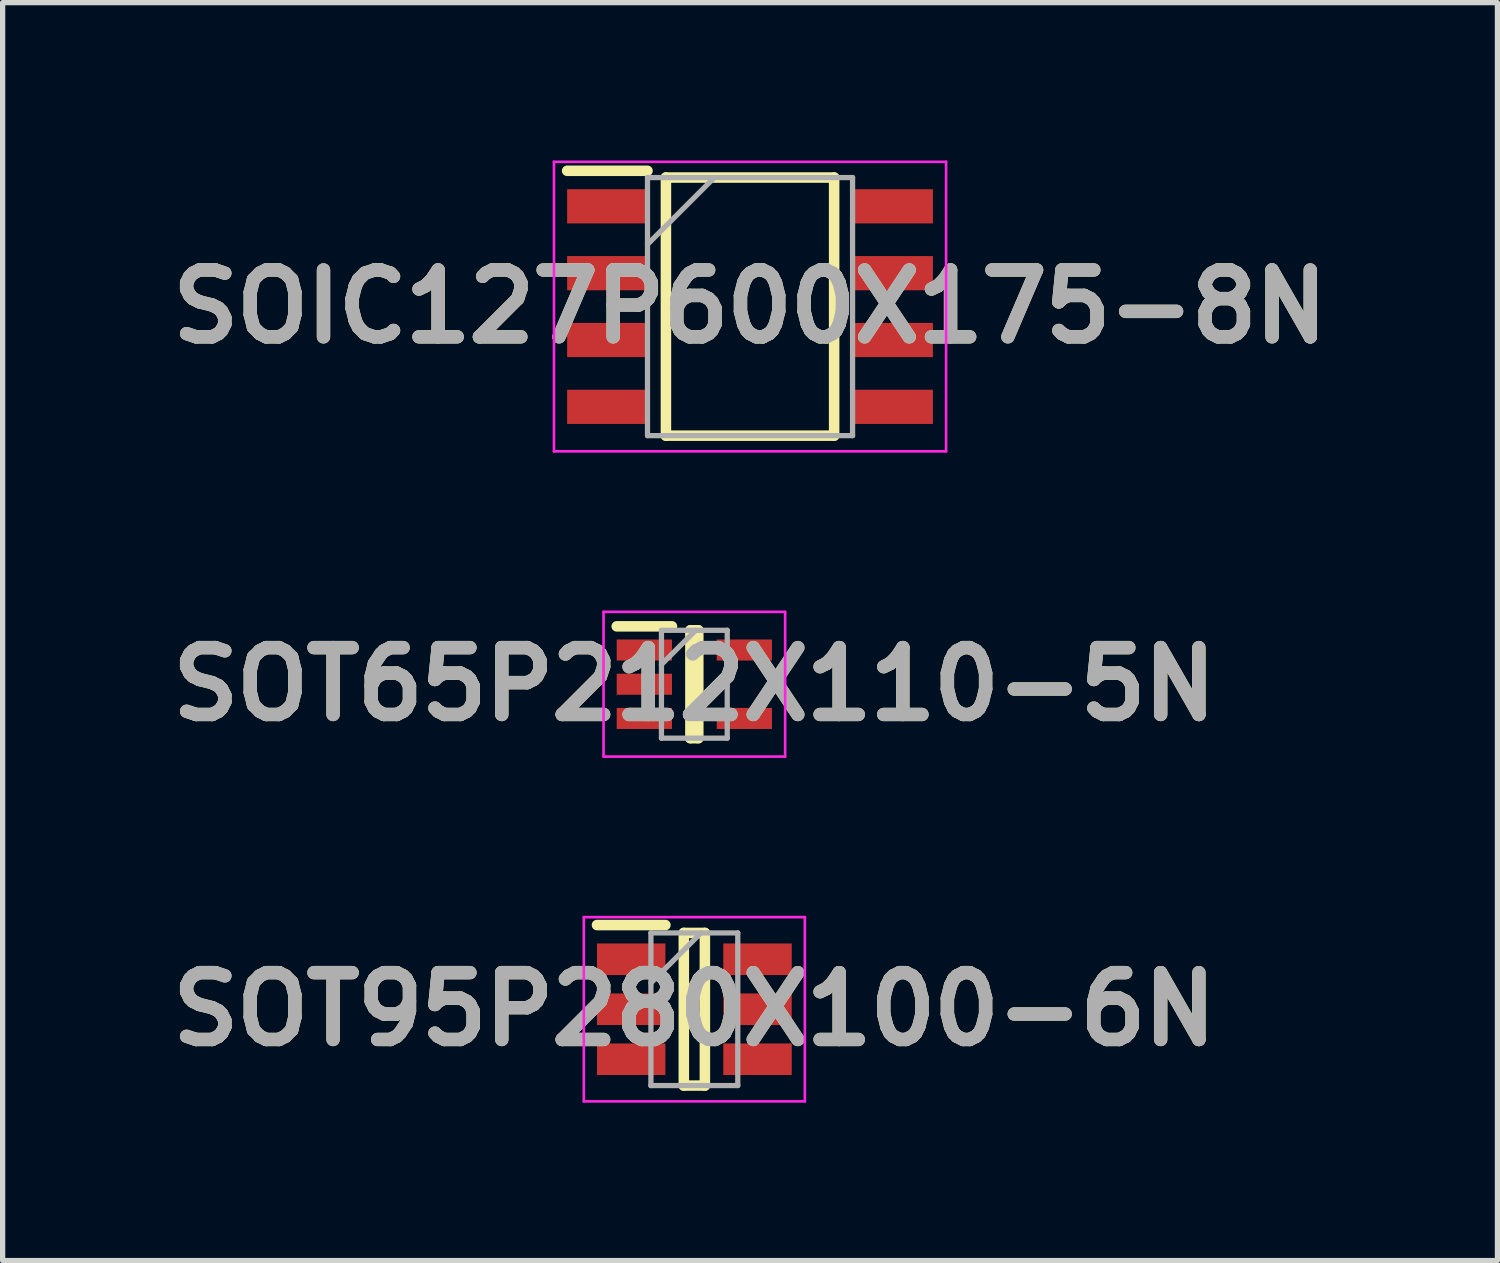
<source format=kicad_pcb>
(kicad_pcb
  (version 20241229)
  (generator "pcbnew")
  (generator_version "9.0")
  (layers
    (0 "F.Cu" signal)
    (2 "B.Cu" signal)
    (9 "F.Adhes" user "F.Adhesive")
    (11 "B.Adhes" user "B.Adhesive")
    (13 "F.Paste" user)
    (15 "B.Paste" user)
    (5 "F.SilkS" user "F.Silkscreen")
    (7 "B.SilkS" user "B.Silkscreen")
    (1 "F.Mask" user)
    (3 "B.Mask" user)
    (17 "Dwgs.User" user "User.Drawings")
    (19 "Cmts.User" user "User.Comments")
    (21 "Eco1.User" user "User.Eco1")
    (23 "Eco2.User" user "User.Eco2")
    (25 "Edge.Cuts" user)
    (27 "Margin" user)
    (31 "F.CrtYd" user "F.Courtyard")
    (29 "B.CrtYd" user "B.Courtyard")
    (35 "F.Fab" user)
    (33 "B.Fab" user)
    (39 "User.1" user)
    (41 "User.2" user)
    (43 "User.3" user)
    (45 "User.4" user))
  (footprint "SOT65P212X110-5N"
    (layer "F.Cu")
    (at 10.142 9.95)
    (property "Reference" "SOT65P212X110-5N" (at 0 0 0) (layer "F.SilkS") (effects (font (size 1.27 1.27) (thickness 0.254))))
    (attr smd)
    (fp_line (start -1.475 -1.1) (end -0.425 -1.1) (stroke (width 0.2) (type solid)) (layer "F.SilkS"))
    (fp_line (start -0.075 -1.025) (end 0.075 -1.025) (stroke (width 0.2) (type solid)) (layer "F.SilkS"))
    (fp_line (start -0.075 1.025) (end -0.075 -1.025) (stroke (width 0.2) (type solid)) (layer "F.SilkS"))
    (fp_line (start 0.075 -1.025) (end 0.075 1.025) (stroke (width 0.2) (type solid)) (layer "F.SilkS"))
    (fp_line (start 0.075 1.025) (end -0.075 1.025) (stroke (width 0.2) (type solid)) (layer "F.SilkS"))
    (fp_line (start -1.725 -1.375) (end 1.725 -1.375) (stroke (width 0.05) (type solid)) (layer "F.CrtYd"))
    (fp_line (start -1.725 1.375) (end -1.725 -1.375) (stroke (width 0.05) (type solid)) (layer "F.CrtYd"))
    (fp_line (start 1.725 -1.375) (end 1.725 1.375) (stroke (width 0.05) (type solid)) (layer "F.CrtYd"))
    (fp_line (start 1.725 1.375) (end -1.725 1.375) (stroke (width 0.05) (type solid)) (layer "F.CrtYd"))
    (fp_line (start -0.625 -1.025) (end 0.625 -1.025) (stroke (width 0.1) (type solid)) (layer "F.Fab"))
    (fp_line (start -0.625 -0.375) (end 0.025 -1.025) (stroke (width 0.1) (type solid)) (layer "F.Fab"))
    (fp_line (start -0.625 1.025) (end -0.625 -1.025) (stroke (width 0.1) (type solid)) (layer "F.Fab"))
    (fp_line (start 0.625 -1.025) (end 0.625 1.025) (stroke (width 0.1) (type solid)) (layer "F.Fab"))
    (fp_line (start 0.625 1.025) (end -0.625 1.025) (stroke (width 0.1) (type solid)) (layer "F.Fab"))
    (fp_text user "${REFERENCE}" (at 0 0 0) (layer "F.Fab") (effects (font (size 1.27 1.27) (thickness 0.254))))
    (pad "1" smd rect (at -0.95 -0.65 90) (size 0.4 1.05) (layers "F.Cu" "F.Mask" "F.Paste"))
    (pad "2" smd rect (at -0.95 0 90) (size 0.4 1.05) (layers "F.Cu" "F.Mask" "F.Paste"))
    (pad "3" smd rect (at -0.95 0.65 90) (size 0.4 1.05) (layers "F.Cu" "F.Mask" "F.Paste"))
    (pad "4" smd rect (at 0.95 0.65 90) (size 0.4 1.05) (layers "F.Cu" "F.Mask" "F.Paste"))
    (pad "5" smd rect (at 0.95 -0.65 90) (size 0.4 1.05) (layers "F.Cu" "F.Mask" "F.Paste")))
  (footprint "SOIC127P600X175-8N"
    (layer "F.Cu")
    (at 11.2 2.775)
    (property "Reference" "SOIC127P600X175-8N" (at 0 0 0) (layer "F.SilkS") (effects (font (size 1.27 1.27) (thickness 0.254))))
    (attr smd)
    (fp_line (start -3.475 -2.58) (end -1.948 -2.58) (stroke (width 0.2) (type solid)) (layer "F.SilkS"))
    (fp_line (start -1.598 -2.452) (end 1.598 -2.452) (stroke (width 0.2) (type solid)) (layer "F.SilkS"))
    (fp_line (start -1.598 2.452) (end -1.598 -2.452) (stroke (width 0.2) (type solid)) (layer "F.SilkS"))
    (fp_line (start 1.598 -2.452) (end 1.598 2.452) (stroke (width 0.2) (type solid)) (layer "F.SilkS"))
    (fp_line (start 1.598 2.452) (end -1.598 2.452) (stroke (width 0.2) (type solid)) (layer "F.SilkS"))
    (fp_line (start -3.725 -2.75) (end 3.725 -2.75) (stroke (width 0.05) (type solid)) (layer "F.CrtYd"))
    (fp_line (start -3.725 2.75) (end -3.725 -2.75) (stroke (width 0.05) (type solid)) (layer "F.CrtYd"))
    (fp_line (start 3.725 -2.75) (end 3.725 2.75) (stroke (width 0.05) (type solid)) (layer "F.CrtYd"))
    (fp_line (start 3.725 2.75) (end -3.725 2.75) (stroke (width 0.05) (type solid)) (layer "F.CrtYd"))
    (fp_line (start -1.948 -2.452) (end 1.948 -2.452) (stroke (width 0.1) (type solid)) (layer "F.Fab"))
    (fp_line (start -1.948 -1.182) (end -0.678 -2.452) (stroke (width 0.1) (type solid)) (layer "F.Fab"))
    (fp_line (start -1.948 2.452) (end -1.948 -2.452) (stroke (width 0.1) (type solid)) (layer "F.Fab"))
    (fp_line (start 1.948 -2.452) (end 1.948 2.452) (stroke (width 0.1) (type solid)) (layer "F.Fab"))
    (fp_line (start 1.948 2.452) (end -1.948 2.452) (stroke (width 0.1) (type solid)) (layer "F.Fab"))
    (fp_text user "${REFERENCE}" (at 0 0 0) (layer "F.Fab") (effects (font (size 1.27 1.27) (thickness 0.254))))
    (pad "1" smd rect (at -2.711 -1.905 90) (size 0.65 1.528) (layers "F.Cu" "F.Mask" "F.Paste"))
    (pad "2" smd rect (at -2.711 -0.635 90) (size 0.65 1.528) (layers "F.Cu" "F.Mask" "F.Paste"))
    (pad "3" smd rect (at -2.711 0.635 90) (size 0.65 1.528) (layers "F.Cu" "F.Mask" "F.Paste"))
    (pad "4" smd rect (at -2.711 1.905 90) (size 0.65 1.528) (layers "F.Cu" "F.Mask" "F.Paste"))
    (pad "5" smd rect (at 2.711 1.905 90) (size 0.65 1.528) (layers "F.Cu" "F.Mask" "F.Paste"))
    (pad "6" smd rect (at 2.711 0.635 90) (size 0.65 1.528) (layers "F.Cu" "F.Mask" "F.Paste"))
    (pad "7" smd rect (at 2.711 -0.635 90) (size 0.65 1.528) (layers "F.Cu" "F.Mask" "F.Paste"))
    (pad "8" smd rect (at 2.711 -1.905 90) (size 0.65 1.528) (layers "F.Cu" "F.Mask" "F.Paste")))
  (footprint "SOT95P280X100-6N"
    (layer "F.Cu")
    (at 10.142 16.125)
    (property "Reference" "SOT95P280X100-6N" (at 0 0 0) (layer "F.SilkS") (effects (font (size 1.27 1.27) (thickness 0.254))))
    (attr smd)
    (fp_line (start -1.85 -1.6) (end -0.55 -1.6) (stroke (width 0.2) (type solid)) (layer "F.SilkS"))
    (fp_line (start -0.2 -1.45) (end 0.2 -1.45) (stroke (width 0.2) (type solid)) (layer "F.SilkS"))
    (fp_line (start -0.2 1.45) (end -0.2 -1.45) (stroke (width 0.2) (type solid)) (layer "F.SilkS"))
    (fp_line (start 0.2 -1.45) (end 0.2 1.45) (stroke (width 0.2) (type solid)) (layer "F.SilkS"))
    (fp_line (start 0.2 1.45) (end -0.2 1.45) (stroke (width 0.2) (type solid)) (layer "F.SilkS"))
    (fp_line (start -2.1 -1.75) (end 2.1 -1.75) (stroke (width 0.05) (type solid)) (layer "F.CrtYd"))
    (fp_line (start -2.1 1.75) (end -2.1 -1.75) (stroke (width 0.05) (type solid)) (layer "F.CrtYd"))
    (fp_line (start 2.1 -1.75) (end 2.1 1.75) (stroke (width 0.05) (type solid)) (layer "F.CrtYd"))
    (fp_line (start 2.1 1.75) (end -2.1 1.75) (stroke (width 0.05) (type solid)) (layer "F.CrtYd"))
    (fp_line (start -0.825 -1.45) (end 0.825 -1.45) (stroke (width 0.1) (type solid)) (layer "F.Fab"))
    (fp_line (start -0.825 -0.5) (end 0.125 -1.45) (stroke (width 0.1) (type solid)) (layer "F.Fab"))
    (fp_line (start -0.825 1.45) (end -0.825 -1.45) (stroke (width 0.1) (type solid)) (layer "F.Fab"))
    (fp_line (start 0.825 -1.45) (end 0.825 1.45) (stroke (width 0.1) (type solid)) (layer "F.Fab"))
    (fp_line (start 0.825 1.45) (end -0.825 1.45) (stroke (width 0.1) (type solid)) (layer "F.Fab"))
    (fp_text user "${REFERENCE}" (at 0 0 0) (layer "F.Fab") (effects (font (size 1.27 1.27) (thickness 0.254))))
    (pad "1" smd rect (at -1.2 -0.95 90) (size 0.6 1.3) (layers "F.Cu" "F.Mask" "F.Paste"))
    (pad "2" smd rect (at -1.2 0 90) (size 0.6 1.3) (layers "F.Cu" "F.Mask" "F.Paste"))
    (pad "3" smd rect (at -1.2 0.95 90) (size 0.6 1.3) (layers "F.Cu" "F.Mask" "F.Paste"))
    (pad "4" smd rect (at 1.2 0.95 90) (size 0.6 1.3) (layers "F.Cu" "F.Mask" "F.Paste"))
    (pad "5" smd rect (at 1.2 0 90) (size 0.6 1.3) (layers "F.Cu" "F.Mask" "F.Paste"))
    (pad "6" smd rect (at 1.2 -0.95 90) (size 0.6 1.3) (layers "F.Cu" "F.Mask" "F.Paste")))
  (gr_rect
    (start -3 -3)
    (end 25.4 20.9)
    (stroke (width 0.1) (type default))
    (fill no)
    (layer "Edge.Cuts")))
</source>
